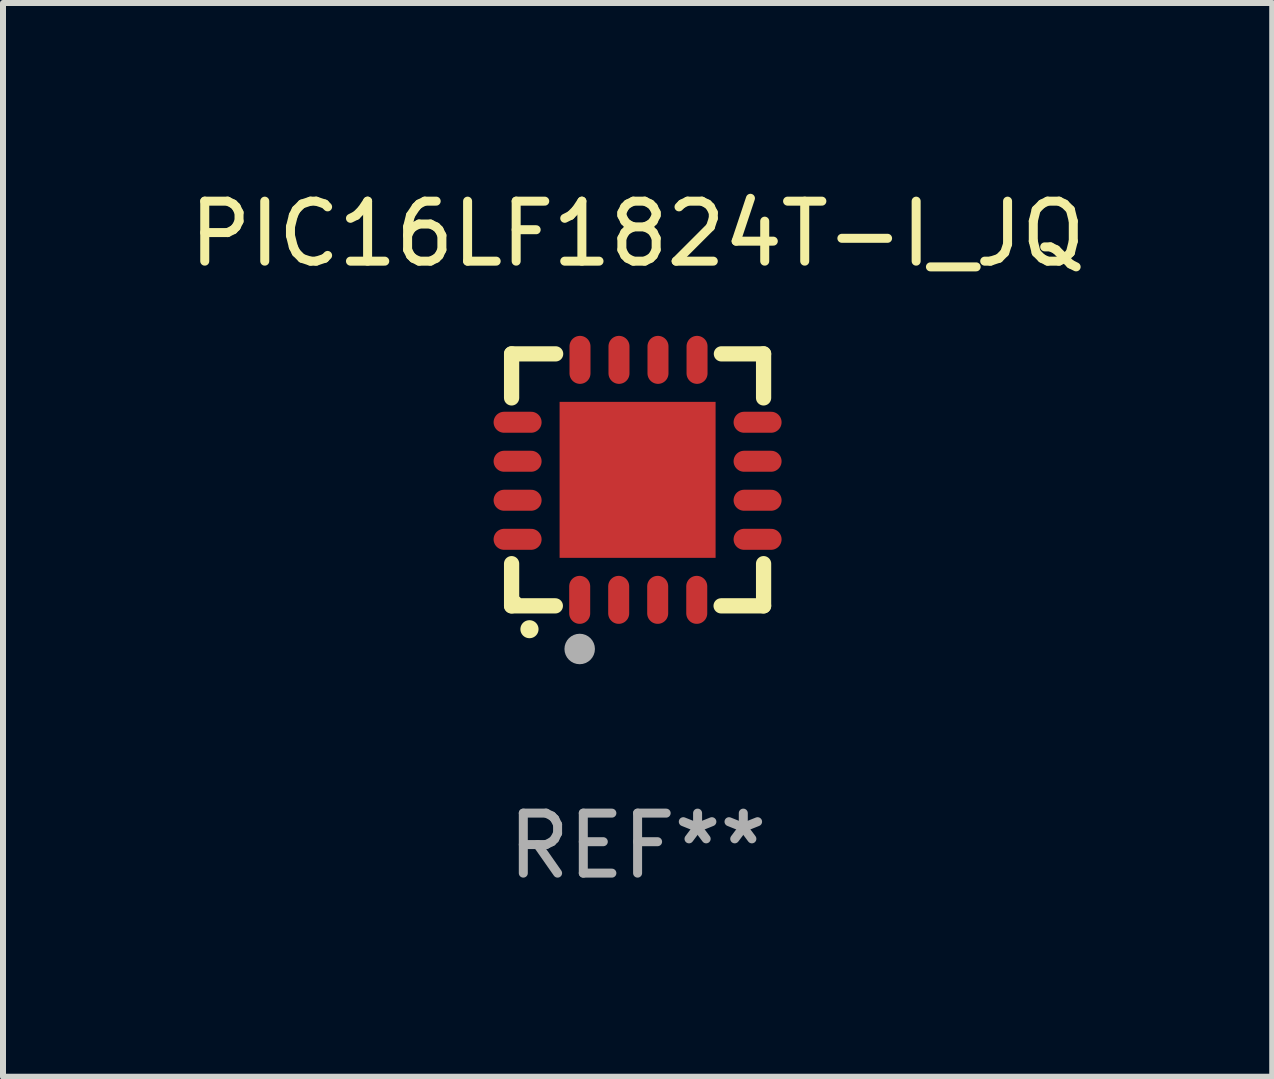
<source format=kicad_pcb>
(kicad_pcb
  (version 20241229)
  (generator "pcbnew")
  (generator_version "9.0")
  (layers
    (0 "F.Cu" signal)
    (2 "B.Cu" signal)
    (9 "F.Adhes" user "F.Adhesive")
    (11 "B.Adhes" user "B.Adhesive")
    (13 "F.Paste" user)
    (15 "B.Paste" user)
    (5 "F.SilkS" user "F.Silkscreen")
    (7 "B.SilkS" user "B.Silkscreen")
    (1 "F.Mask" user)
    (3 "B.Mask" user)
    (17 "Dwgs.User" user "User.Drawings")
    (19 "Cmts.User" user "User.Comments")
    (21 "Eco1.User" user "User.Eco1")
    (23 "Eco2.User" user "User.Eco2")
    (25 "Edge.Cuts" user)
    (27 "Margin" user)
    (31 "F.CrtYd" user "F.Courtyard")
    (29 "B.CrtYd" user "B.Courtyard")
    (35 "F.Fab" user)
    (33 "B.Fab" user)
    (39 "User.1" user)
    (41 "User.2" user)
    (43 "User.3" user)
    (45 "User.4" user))
  (footprint "PIC16LF1824T-I_JQ"
    (layer "F.Cu")
    (at 7.577 4.948)
    (property "Reference" "PIC16LF1824T-I_JQ" (at 0 -4.1 0) (layer "F.SilkS") (effects (font (size 1 1) (thickness 0.15))))
    (attr through_hole)
    (fp_line (start -2.1 -2.1) (end -1.366 -2.1) (stroke (width 0.254) (type solid)) (layer "F.SilkS"))
    (fp_line (start -2.1 -1.366) (end -2.1 -2.1) (stroke (width 0.254) (type solid)) (layer "F.SilkS"))
    (fp_line (start -2.1 2.1) (end -2.1 1.397) (stroke (width 0.254) (type solid)) (layer "F.SilkS"))
    (fp_line (start -2.1 2.1) (end -1.371 2.1) (stroke (width 0.254) (type solid)) (layer "F.SilkS"))
    (fp_line (start 1.392 2.1) (end 2.1 2.1) (stroke (width 0.254) (type solid)) (layer "F.SilkS"))
    (fp_line (start 1.397 -2.1) (end 2.1 -2.1) (stroke (width 0.254) (type solid)) (layer "F.SilkS"))
    (fp_line (start 2.1 -1.366) (end 2.1 -2.1) (stroke (width 0.254) (type solid)) (layer "F.SilkS"))
    (fp_line (start 2.1 2.1) (end 2.1 1.397) (stroke (width 0.254) (type solid)) (layer "F.SilkS"))
    (fp_arc (start -1.803404 2.489205) (mid -1.802134 2.4892) (end -1.800864 2.489205) (stroke (width 0.3) (type solid)) (layer "F.SilkS"))
    (fp_circle (center -2 2) (end -1.97 2) (stroke (width 0.06) (type solid)) (fill no) (layer "F.SilkS"))
    (fp_circle (center -0.965 2.819) (end -0.838 2.819) (stroke (width 0.254) (type solid)) (fill no) (layer "F.Fab"))
    (fp_text user "REF**" (at 0 6.1 0) (layer "F.Fab") (effects (font (size 1 1) (thickness 0.15))))
    (pad "1" smd oval (at -0.965 2) (size 0.35 0.8) (layers "F.Cu" "F.Mask" "F.Paste"))
    (pad "2" smd oval (at -0.315 2) (size 0.35 0.8) (layers "F.Cu" "F.Mask" "F.Paste"))
    (pad "3" smd oval (at 0.335 2) (size 0.35 0.8) (layers "F.Cu" "F.Mask" "F.Paste"))
    (pad "4" smd oval (at 0.986 2) (size 0.35 0.8) (layers "F.Cu" "F.Mask" "F.Paste"))
    (pad "5" smd oval (at 2 0.991 90) (size 0.35 0.8) (layers "F.Cu" "F.Mask" "F.Paste"))
    (pad "6" smd oval (at 2 0.34 90) (size 0.35 0.8) (layers "F.Cu" "F.Mask" "F.Paste"))
    (pad "7" smd oval (at 2 -0.31 90) (size 0.35 0.8) (layers "F.Cu" "F.Mask" "F.Paste"))
    (pad "8" smd oval (at 2 -0.96 90) (size 0.35 0.8) (layers "F.Cu" "F.Mask" "F.Paste"))
    (pad "9" smd oval (at 0.991 -2) (size 0.35 0.8) (layers "F.Cu" "F.Mask" "F.Paste"))
    (pad "10" smd oval (at 0.34 -2) (size 0.35 0.8) (layers "F.Cu" "F.Mask" "F.Paste"))
    (pad "11" smd oval (at -0.31 -2) (size 0.35 0.8) (layers "F.Cu" "F.Mask" "F.Paste"))
    (pad "12" smd oval (at -0.96 -2) (size 0.35 0.8) (layers "F.Cu" "F.Mask" "F.Paste"))
    (pad "13" smd oval (at -2 -0.96 90) (size 0.35 0.8) (layers "F.Cu" "F.Mask" "F.Paste"))
    (pad "14" smd oval (at -2 -0.31 90) (size 0.35 0.8) (layers "F.Cu" "F.Mask" "F.Paste"))
    (pad "15" smd oval (at -2 0.34 90) (size 0.35 0.8) (layers "F.Cu" "F.Mask" "F.Paste"))
    (pad "16" smd oval (at -2 0.991 90) (size 0.35 0.8) (layers "F.Cu" "F.Mask" "F.Paste"))
    (pad "17" smd rect (at 0 0 90) (size 2.6 2.6) (layers "F.Cu" "F.Mask" "F.Paste")))
  (gr_rect
    (start -3 -3)
    (end 18.155 14.896)
    (stroke (width 0.1) (type default))
    (fill no)
    (layer "Edge.Cuts")))
</source>
